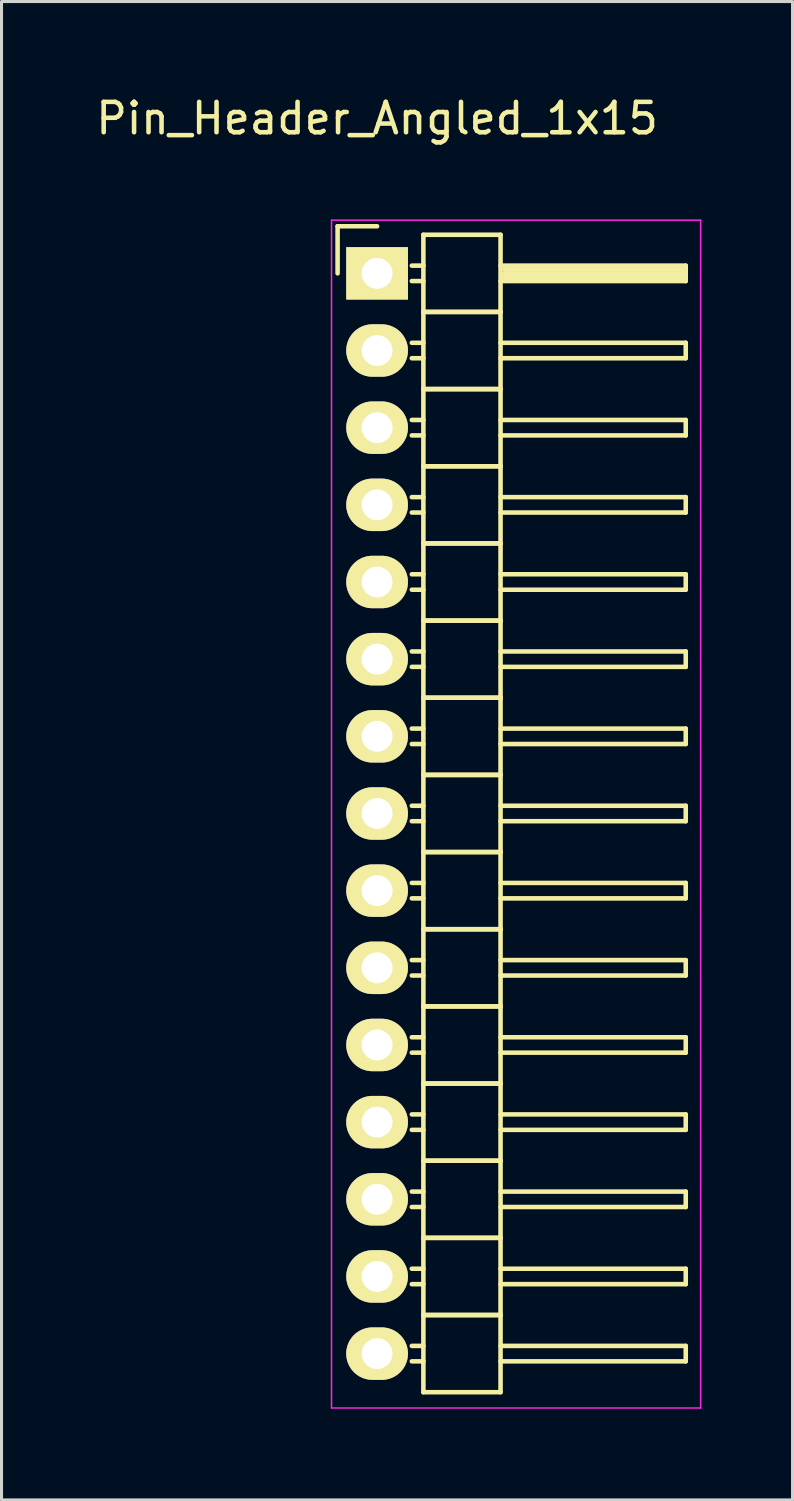
<source format=kicad_pcb>
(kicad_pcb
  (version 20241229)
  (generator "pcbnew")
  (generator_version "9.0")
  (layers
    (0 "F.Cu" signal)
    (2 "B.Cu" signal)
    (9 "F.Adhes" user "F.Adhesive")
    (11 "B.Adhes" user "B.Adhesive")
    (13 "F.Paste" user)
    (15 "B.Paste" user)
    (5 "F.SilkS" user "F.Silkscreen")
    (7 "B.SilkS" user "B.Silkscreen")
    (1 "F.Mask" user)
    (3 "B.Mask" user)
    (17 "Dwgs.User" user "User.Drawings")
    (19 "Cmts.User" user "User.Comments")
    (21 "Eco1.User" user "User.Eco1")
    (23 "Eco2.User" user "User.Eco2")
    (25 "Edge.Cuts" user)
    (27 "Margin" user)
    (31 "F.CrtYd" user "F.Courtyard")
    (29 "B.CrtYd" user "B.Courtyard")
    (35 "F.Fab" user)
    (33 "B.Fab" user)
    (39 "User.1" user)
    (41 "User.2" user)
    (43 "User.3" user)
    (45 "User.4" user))
  (footprint "Pin_Header_Angled_1x15"
    (layer "F.Cu")
    (at 9.363 5.948)
    (property "Reference" "Pin_Header_Angled_1x15" (at 0 -5.1 0) (layer "F.SilkS") (effects (font (size 1 1) (thickness 0.15))))
    (attr through_hole)
    (fp_line (start -1.3 -1.55) (end -1.3 0) (stroke (width 0.15) (type solid)) (layer "F.SilkS"))
    (fp_line (start 0 -1.55) (end -1.3 -1.55) (stroke (width 0.15) (type solid)) (layer "F.SilkS"))
    (fp_line (start 1.524 -1.27) (end 1.524 1.27) (stroke (width 0.15) (type solid)) (layer "F.SilkS"))
    (fp_line (start 1.524 -1.27) (end 4.064 -1.27) (stroke (width 0.15) (type solid)) (layer "F.SilkS"))
    (fp_line (start 1.524 -0.254) (end 1.143 -0.254) (stroke (width 0.15) (type solid)) (layer "F.SilkS"))
    (fp_line (start 1.524 0.254) (end 1.143 0.254) (stroke (width 0.15) (type solid)) (layer "F.SilkS"))
    (fp_line (start 1.524 1.27) (end 1.524 3.81) (stroke (width 0.15) (type solid)) (layer "F.SilkS"))
    (fp_line (start 1.524 1.27) (end 4.064 1.27) (stroke (width 0.15) (type solid)) (layer "F.SilkS"))
    (fp_line (start 1.524 1.27) (end 4.064 1.27) (stroke (width 0.15) (type solid)) (layer "F.SilkS"))
    (fp_line (start 1.524 2.286) (end 1.143 2.286) (stroke (width 0.15) (type solid)) (layer "F.SilkS"))
    (fp_line (start 1.524 2.794) (end 1.143 2.794) (stroke (width 0.15) (type solid)) (layer "F.SilkS"))
    (fp_line (start 1.524 3.81) (end 1.524 6.35) (stroke (width 0.15) (type solid)) (layer "F.SilkS"))
    (fp_line (start 1.524 3.81) (end 4.064 3.81) (stroke (width 0.15) (type solid)) (layer "F.SilkS"))
    (fp_line (start 1.524 3.81) (end 4.064 3.81) (stroke (width 0.15) (type solid)) (layer "F.SilkS"))
    (fp_line (start 1.524 4.826) (end 1.143 4.826) (stroke (width 0.15) (type solid)) (layer "F.SilkS"))
    (fp_line (start 1.524 5.334) (end 1.143 5.334) (stroke (width 0.15) (type solid)) (layer "F.SilkS"))
    (fp_line (start 1.524 6.35) (end 1.524 8.89) (stroke (width 0.15) (type solid)) (layer "F.SilkS"))
    (fp_line (start 1.524 6.35) (end 4.064 6.35) (stroke (width 0.15) (type solid)) (layer "F.SilkS"))
    (fp_line (start 1.524 6.35) (end 4.064 6.35) (stroke (width 0.15) (type solid)) (layer "F.SilkS"))
    (fp_line (start 1.524 7.366) (end 1.143 7.366) (stroke (width 0.15) (type solid)) (layer "F.SilkS"))
    (fp_line (start 1.524 7.874) (end 1.143 7.874) (stroke (width 0.15) (type solid)) (layer "F.SilkS"))
    (fp_line (start 1.524 8.89) (end 1.524 11.43) (stroke (width 0.15) (type solid)) (layer "F.SilkS"))
    (fp_line (start 1.524 8.89) (end 4.064 8.89) (stroke (width 0.15) (type solid)) (layer "F.SilkS"))
    (fp_line (start 1.524 8.89) (end 4.064 8.89) (stroke (width 0.15) (type solid)) (layer "F.SilkS"))
    (fp_line (start 1.524 9.906) (end 1.143 9.906) (stroke (width 0.15) (type solid)) (layer "F.SilkS"))
    (fp_line (start 1.524 10.414) (end 1.143 10.414) (stroke (width 0.15) (type solid)) (layer "F.SilkS"))
    (fp_line (start 1.524 11.43) (end 1.524 13.97) (stroke (width 0.15) (type solid)) (layer "F.SilkS"))
    (fp_line (start 1.524 11.43) (end 4.064 11.43) (stroke (width 0.15) (type solid)) (layer "F.SilkS"))
    (fp_line (start 1.524 11.43) (end 4.064 11.43) (stroke (width 0.15) (type solid)) (layer "F.SilkS"))
    (fp_line (start 1.524 12.446) (end 1.143 12.446) (stroke (width 0.15) (type solid)) (layer "F.SilkS"))
    (fp_line (start 1.524 12.954) (end 1.143 12.954) (stroke (width 0.15) (type solid)) (layer "F.SilkS"))
    (fp_line (start 1.524 13.97) (end 1.524 16.51) (stroke (width 0.15) (type solid)) (layer "F.SilkS"))
    (fp_line (start 1.524 13.97) (end 4.064 13.97) (stroke (width 0.15) (type solid)) (layer "F.SilkS"))
    (fp_line (start 1.524 13.97) (end 4.064 13.97) (stroke (width 0.15) (type solid)) (layer "F.SilkS"))
    (fp_line (start 1.524 14.986) (end 1.143 14.986) (stroke (width 0.15) (type solid)) (layer "F.SilkS"))
    (fp_line (start 1.524 15.494) (end 1.143 15.494) (stroke (width 0.15) (type solid)) (layer "F.SilkS"))
    (fp_line (start 1.524 16.51) (end 1.524 19.05) (stroke (width 0.15) (type solid)) (layer "F.SilkS"))
    (fp_line (start 1.524 16.51) (end 4.064 16.51) (stroke (width 0.15) (type solid)) (layer "F.SilkS"))
    (fp_line (start 1.524 16.51) (end 4.064 16.51) (stroke (width 0.15) (type solid)) (layer "F.SilkS"))
    (fp_line (start 1.524 17.526) (end 1.143 17.526) (stroke (width 0.15) (type solid)) (layer "F.SilkS"))
    (fp_line (start 1.524 18.034) (end 1.143 18.034) (stroke (width 0.15) (type solid)) (layer "F.SilkS"))
    (fp_line (start 1.524 19.05) (end 1.524 21.59) (stroke (width 0.15) (type solid)) (layer "F.SilkS"))
    (fp_line (start 1.524 19.05) (end 4.064 19.05) (stroke (width 0.15) (type solid)) (layer "F.SilkS"))
    (fp_line (start 1.524 19.05) (end 4.064 19.05) (stroke (width 0.15) (type solid)) (layer "F.SilkS"))
    (fp_line (start 1.524 20.066) (end 1.143 20.066) (stroke (width 0.15) (type solid)) (layer "F.SilkS"))
    (fp_line (start 1.524 20.574) (end 1.143 20.574) (stroke (width 0.15) (type solid)) (layer "F.SilkS"))
    (fp_line (start 1.524 21.59) (end 1.524 24.13) (stroke (width 0.15) (type solid)) (layer "F.SilkS"))
    (fp_line (start 1.524 21.59) (end 4.064 21.59) (stroke (width 0.15) (type solid)) (layer "F.SilkS"))
    (fp_line (start 1.524 21.59) (end 4.064 21.59) (stroke (width 0.15) (type solid)) (layer "F.SilkS"))
    (fp_line (start 1.524 22.606) (end 1.143 22.606) (stroke (width 0.15) (type solid)) (layer "F.SilkS"))
    (fp_line (start 1.524 23.114) (end 1.143 23.114) (stroke (width 0.15) (type solid)) (layer "F.SilkS"))
    (fp_line (start 1.524 24.13) (end 1.524 26.67) (stroke (width 0.15) (type solid)) (layer "F.SilkS"))
    (fp_line (start 1.524 24.13) (end 4.064 24.13) (stroke (width 0.15) (type solid)) (layer "F.SilkS"))
    (fp_line (start 1.524 24.13) (end 4.064 24.13) (stroke (width 0.15) (type solid)) (layer "F.SilkS"))
    (fp_line (start 1.524 25.146) (end 1.143 25.146) (stroke (width 0.15) (type solid)) (layer "F.SilkS"))
    (fp_line (start 1.524 25.654) (end 1.143 25.654) (stroke (width 0.15) (type solid)) (layer "F.SilkS"))
    (fp_line (start 1.524 26.67) (end 1.524 29.21) (stroke (width 0.15) (type solid)) (layer "F.SilkS"))
    (fp_line (start 1.524 26.67) (end 4.064 26.67) (stroke (width 0.15) (type solid)) (layer "F.SilkS"))
    (fp_line (start 1.524 26.67) (end 4.064 26.67) (stroke (width 0.15) (type solid)) (layer "F.SilkS"))
    (fp_line (start 1.524 27.686) (end 1.143 27.686) (stroke (width 0.15) (type solid)) (layer "F.SilkS"))
    (fp_line (start 1.524 28.194) (end 1.143 28.194) (stroke (width 0.15) (type solid)) (layer "F.SilkS"))
    (fp_line (start 1.524 29.21) (end 1.524 31.75) (stroke (width 0.15) (type solid)) (layer "F.SilkS"))
    (fp_line (start 1.524 29.21) (end 4.064 29.21) (stroke (width 0.15) (type solid)) (layer "F.SilkS"))
    (fp_line (start 1.524 29.21) (end 4.064 29.21) (stroke (width 0.15) (type solid)) (layer "F.SilkS"))
    (fp_line (start 1.524 30.226) (end 1.143 30.226) (stroke (width 0.15) (type solid)) (layer "F.SilkS"))
    (fp_line (start 1.524 30.734) (end 1.143 30.734) (stroke (width 0.15) (type solid)) (layer "F.SilkS"))
    (fp_line (start 1.524 31.75) (end 1.524 34.29) (stroke (width 0.15) (type solid)) (layer "F.SilkS"))
    (fp_line (start 1.524 31.75) (end 4.064 31.75) (stroke (width 0.15) (type solid)) (layer "F.SilkS"))
    (fp_line (start 1.524 31.75) (end 4.064 31.75) (stroke (width 0.15) (type solid)) (layer "F.SilkS"))
    (fp_line (start 1.524 32.766) (end 1.143 32.766) (stroke (width 0.15) (type solid)) (layer "F.SilkS"))
    (fp_line (start 1.524 33.274) (end 1.143 33.274) (stroke (width 0.15) (type solid)) (layer "F.SilkS"))
    (fp_line (start 1.524 34.29) (end 1.524 36.83) (stroke (width 0.15) (type solid)) (layer "F.SilkS"))
    (fp_line (start 1.524 34.29) (end 4.064 34.29) (stroke (width 0.15) (type solid)) (layer "F.SilkS"))
    (fp_line (start 1.524 34.29) (end 4.064 34.29) (stroke (width 0.15) (type solid)) (layer "F.SilkS"))
    (fp_line (start 1.524 35.306) (end 1.143 35.306) (stroke (width 0.15) (type solid)) (layer "F.SilkS"))
    (fp_line (start 1.524 35.814) (end 1.143 35.814) (stroke (width 0.15) (type solid)) (layer "F.SilkS"))
    (fp_line (start 1.524 36.83) (end 4.064 36.83) (stroke (width 0.15) (type solid)) (layer "F.SilkS"))
    (fp_line (start 4.064 -0.254) (end 10.16 -0.254) (stroke (width 0.15) (type solid)) (layer "F.SilkS"))
    (fp_line (start 4.064 1.27) (end 4.064 -1.27) (stroke (width 0.15) (type solid)) (layer "F.SilkS"))
    (fp_line (start 4.064 2.286) (end 10.16 2.286) (stroke (width 0.15) (type solid)) (layer "F.SilkS"))
    (fp_line (start 4.064 3.81) (end 4.064 1.27) (stroke (width 0.15) (type solid)) (layer "F.SilkS"))
    (fp_line (start 4.064 4.826) (end 10.16 4.826) (stroke (width 0.15) (type solid)) (layer "F.SilkS"))
    (fp_line (start 4.064 6.35) (end 4.064 3.81) (stroke (width 0.15) (type solid)) (layer "F.SilkS"))
    (fp_line (start 4.064 7.366) (end 10.16 7.366) (stroke (width 0.15) (type solid)) (layer "F.SilkS"))
    (fp_line (start 4.064 8.89) (end 4.064 6.35) (stroke (width 0.15) (type solid)) (layer "F.SilkS"))
    (fp_line (start 4.064 9.906) (end 10.16 9.906) (stroke (width 0.15) (type solid)) (layer "F.SilkS"))
    (fp_line (start 4.064 11.43) (end 4.064 8.89) (stroke (width 0.15) (type solid)) (layer "F.SilkS"))
    (fp_line (start 4.064 12.446) (end 10.16 12.446) (stroke (width 0.15) (type solid)) (layer "F.SilkS"))
    (fp_line (start 4.064 13.97) (end 4.064 11.43) (stroke (width 0.15) (type solid)) (layer "F.SilkS"))
    (fp_line (start 4.064 14.986) (end 10.16 14.986) (stroke (width 0.15) (type solid)) (layer "F.SilkS"))
    (fp_line (start 4.064 16.51) (end 4.064 13.97) (stroke (width 0.15) (type solid)) (layer "F.SilkS"))
    (fp_line (start 4.064 17.526) (end 10.16 17.526) (stroke (width 0.15) (type solid)) (layer "F.SilkS"))
    (fp_line (start 4.064 19.05) (end 4.064 16.51) (stroke (width 0.15) (type solid)) (layer "F.SilkS"))
    (fp_line (start 4.064 20.066) (end 10.16 20.066) (stroke (width 0.15) (type solid)) (layer "F.SilkS"))
    (fp_line (start 4.064 21.59) (end 4.064 19.05) (stroke (width 0.15) (type solid)) (layer "F.SilkS"))
    (fp_line (start 4.064 22.606) (end 10.16 22.606) (stroke (width 0.15) (type solid)) (layer "F.SilkS"))
    (fp_line (start 4.064 24.13) (end 4.064 21.59) (stroke (width 0.15) (type solid)) (layer "F.SilkS"))
    (fp_line (start 4.064 25.146) (end 10.16 25.146) (stroke (width 0.15) (type solid)) (layer "F.SilkS"))
    (fp_line (start 4.064 26.67) (end 4.064 24.13) (stroke (width 0.15) (type solid)) (layer "F.SilkS"))
    (fp_line (start 4.064 27.686) (end 10.16 27.686) (stroke (width 0.15) (type solid)) (layer "F.SilkS"))
    (fp_line (start 4.064 29.21) (end 4.064 26.67) (stroke (width 0.15) (type solid)) (layer "F.SilkS"))
    (fp_line (start 4.064 30.226) (end 10.16 30.226) (stroke (width 0.15) (type solid)) (layer "F.SilkS"))
    (fp_line (start 4.064 31.75) (end 4.064 29.21) (stroke (width 0.15) (type solid)) (layer "F.SilkS"))
    (fp_line (start 4.064 32.766) (end 10.16 32.766) (stroke (width 0.15) (type solid)) (layer "F.SilkS"))
    (fp_line (start 4.064 34.29) (end 4.064 31.75) (stroke (width 0.15) (type solid)) (layer "F.SilkS"))
    (fp_line (start 4.064 35.306) (end 10.16 35.306) (stroke (width 0.15) (type solid)) (layer "F.SilkS"))
    (fp_line (start 4.064 36.83) (end 4.064 34.29) (stroke (width 0.15) (type solid)) (layer "F.SilkS"))
    (fp_line (start 4.191 -0.127) (end 10.033 -0.127) (stroke (width 0.15) (type solid)) (layer "F.SilkS"))
    (fp_line (start 4.191 0) (end 10.033 0) (stroke (width 0.15) (type solid)) (layer "F.SilkS"))
    (fp_line (start 4.191 0.127) (end 4.191 0) (stroke (width 0.15) (type solid)) (layer "F.SilkS"))
    (fp_line (start 10.033 -0.127) (end 10.033 0.127) (stroke (width 0.15) (type solid)) (layer "F.SilkS"))
    (fp_line (start 10.033 0.127) (end 4.191 0.127) (stroke (width 0.15) (type solid)) (layer "F.SilkS"))
    (fp_line (start 10.16 -0.254) (end 10.16 0.254) (stroke (width 0.15) (type solid)) (layer "F.SilkS"))
    (fp_line (start 10.16 0.254) (end 4.064 0.254) (stroke (width 0.15) (type solid)) (layer "F.SilkS"))
    (fp_line (start 10.16 2.286) (end 10.16 2.794) (stroke (width 0.15) (type solid)) (layer "F.SilkS"))
    (fp_line (start 10.16 2.794) (end 4.064 2.794) (stroke (width 0.15) (type solid)) (layer "F.SilkS"))
    (fp_line (start 10.16 4.826) (end 10.16 5.334) (stroke (width 0.15) (type solid)) (layer "F.SilkS"))
    (fp_line (start 10.16 5.334) (end 4.064 5.334) (stroke (width 0.15) (type solid)) (layer "F.SilkS"))
    (fp_line (start 10.16 7.366) (end 10.16 7.874) (stroke (width 0.15) (type solid)) (layer "F.SilkS"))
    (fp_line (start 10.16 7.874) (end 4.064 7.874) (stroke (width 0.15) (type solid)) (layer "F.SilkS"))
    (fp_line (start 10.16 9.906) (end 10.16 10.414) (stroke (width 0.15) (type solid)) (layer "F.SilkS"))
    (fp_line (start 10.16 10.414) (end 4.064 10.414) (stroke (width 0.15) (type solid)) (layer "F.SilkS"))
    (fp_line (start 10.16 12.446) (end 10.16 12.954) (stroke (width 0.15) (type solid)) (layer "F.SilkS"))
    (fp_line (start 10.16 12.954) (end 4.064 12.954) (stroke (width 0.15) (type solid)) (layer "F.SilkS"))
    (fp_line (start 10.16 14.986) (end 10.16 15.494) (stroke (width 0.15) (type solid)) (layer "F.SilkS"))
    (fp_line (start 10.16 15.494) (end 4.064 15.494) (stroke (width 0.15) (type solid)) (layer "F.SilkS"))
    (fp_line (start 10.16 17.526) (end 10.16 18.034) (stroke (width 0.15) (type solid)) (layer "F.SilkS"))
    (fp_line (start 10.16 18.034) (end 4.064 18.034) (stroke (width 0.15) (type solid)) (layer "F.SilkS"))
    (fp_line (start 10.16 20.066) (end 10.16 20.574) (stroke (width 0.15) (type solid)) (layer "F.SilkS"))
    (fp_line (start 10.16 20.574) (end 4.064 20.574) (stroke (width 0.15) (type solid)) (layer "F.SilkS"))
    (fp_line (start 10.16 22.606) (end 10.16 23.114) (stroke (width 0.15) (type solid)) (layer "F.SilkS"))
    (fp_line (start 10.16 23.114) (end 4.064 23.114) (stroke (width 0.15) (type solid)) (layer "F.SilkS"))
    (fp_line (start 10.16 25.146) (end 10.16 25.654) (stroke (width 0.15) (type solid)) (layer "F.SilkS"))
    (fp_line (start 10.16 25.654) (end 4.064 25.654) (stroke (width 0.15) (type solid)) (layer "F.SilkS"))
    (fp_line (start 10.16 27.686) (end 10.16 28.194) (stroke (width 0.15) (type solid)) (layer "F.SilkS"))
    (fp_line (start 10.16 28.194) (end 4.064 28.194) (stroke (width 0.15) (type solid)) (layer "F.SilkS"))
    (fp_line (start 10.16 30.226) (end 10.16 30.734) (stroke (width 0.15) (type solid)) (layer "F.SilkS"))
    (fp_line (start 10.16 30.734) (end 4.064 30.734) (stroke (width 0.15) (type solid)) (layer "F.SilkS"))
    (fp_line (start 10.16 32.766) (end 10.16 33.274) (stroke (width 0.15) (type solid)) (layer "F.SilkS"))
    (fp_line (start 10.16 33.274) (end 4.064 33.274) (stroke (width 0.15) (type solid)) (layer "F.SilkS"))
    (fp_line (start 10.16 35.306) (end 10.16 35.814) (stroke (width 0.15) (type solid)) (layer "F.SilkS"))
    (fp_line (start 10.16 35.814) (end 4.064 35.814) (stroke (width 0.15) (type solid)) (layer "F.SilkS"))
    (fp_line (start -1.5 -1.75) (end -1.5 37.35) (stroke (width 0.05) (type solid)) (layer "F.CrtYd"))
    (fp_line (start -1.5 -1.75) (end 10.65 -1.75) (stroke (width 0.05) (type solid)) (layer "F.CrtYd"))
    (fp_line (start -1.5 37.35) (end 10.65 37.35) (stroke (width 0.05) (type solid)) (layer "F.CrtYd"))
    (fp_line (start 10.65 -1.75) (end 10.65 37.35) (stroke (width 0.05) (type solid)) (layer "F.CrtYd"))
    (pad "1" thru_hole rect (at 0 0) (size 2.032 1.727) (drill 1.016) (layers "*.Cu" "*.Mask" "F.SilkS"))
    (pad "2" thru_hole oval (at 0 2.54) (size 2.032 1.727) (drill 1.016) (layers "*.Cu" "*.Mask" "F.SilkS"))
    (pad "3" thru_hole oval (at 0 5.08) (size 2.032 1.727) (drill 1.016) (layers "*.Cu" "*.Mask" "F.SilkS"))
    (pad "4" thru_hole oval (at 0 7.62) (size 2.032 1.727) (drill 1.016) (layers "*.Cu" "*.Mask" "F.SilkS"))
    (pad "5" thru_hole oval (at 0 10.16) (size 2.032 1.727) (drill 1.016) (layers "*.Cu" "*.Mask" "F.SilkS"))
    (pad "6" thru_hole oval (at 0 12.7) (size 2.032 1.727) (drill 1.016) (layers "*.Cu" "*.Mask" "F.SilkS"))
    (pad "7" thru_hole oval (at 0 15.24) (size 2.032 1.727) (drill 1.016) (layers "*.Cu" "*.Mask" "F.SilkS"))
    (pad "8" thru_hole oval (at 0 17.78) (size 2.032 1.727) (drill 1.016) (layers "*.Cu" "*.Mask" "F.SilkS"))
    (pad "9" thru_hole oval (at 0 20.32) (size 2.032 1.727) (drill 1.016) (layers "*.Cu" "*.Mask" "F.SilkS"))
    (pad "10" thru_hole oval (at 0 22.86) (size 2.032 1.727) (drill 1.016) (layers "*.Cu" "*.Mask" "F.SilkS"))
    (pad "11" thru_hole oval (at 0 25.4) (size 2.032 1.727) (drill 1.016) (layers "*.Cu" "*.Mask" "F.SilkS"))
    (pad "12" thru_hole oval (at 0 27.94) (size 2.032 1.727) (drill 1.016) (layers "*.Cu" "*.Mask" "F.SilkS"))
    (pad "13" thru_hole oval (at 0 30.48) (size 2.032 1.727) (drill 1.016) (layers "*.Cu" "*.Mask" "F.SilkS"))
    (pad "14" thru_hole oval (at 0 33.02) (size 2.032 1.727) (drill 1.016) (layers "*.Cu" "*.Mask" "F.SilkS"))
    (pad "15" thru_hole oval (at 0 35.56) (size 2.032 1.727) (drill 1.016) (layers "*.Cu" "*.Mask" "F.SilkS")))
  (gr_rect
    (start -3 -3)
    (end 23.038 46.323)
    (stroke (width 0.1) (type default))
    (fill no)
    (layer "Edge.Cuts")))
</source>
